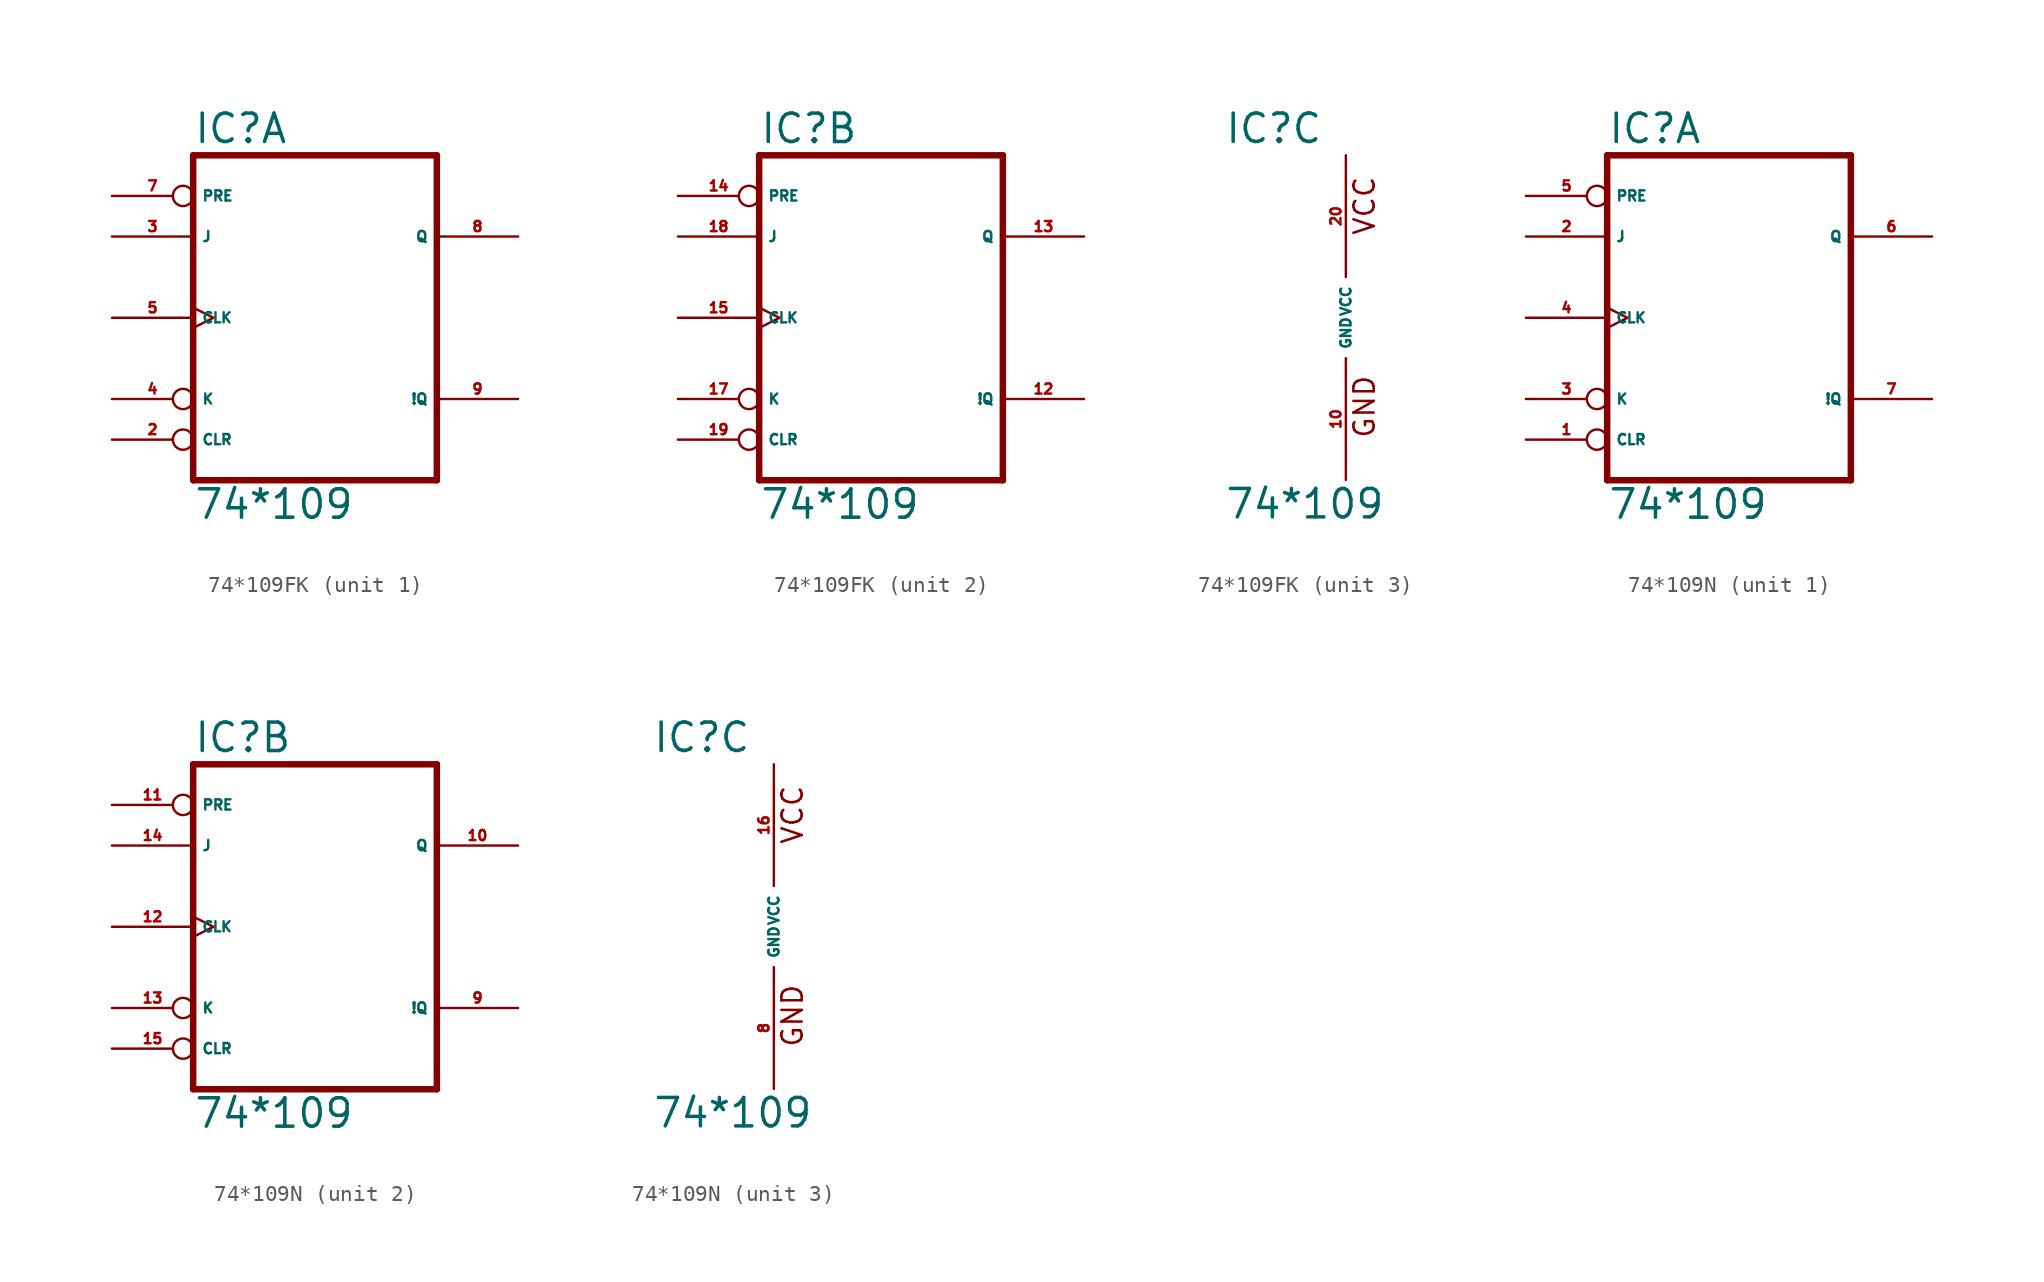
<source format=kicad_sym>
(kicad_symbol_lib
  (version 20220914)
  (generator Eagle2Kicad)
  (symbol "74*109FK"
    (property "Reference" "IC"
      (at -7.62 10.795 0)
      (effects (font (size 1.778 1.778) (thickness 0.22)) (justify left bottom)))
    (property "Value" "74*109"
      (at -7.62 -12.7 0)
      (effects (font (size 1.778 1.778) (thickness 0.22)) (justify left bottom)))
    (symbol "74*109FK_1_0"
      (polyline (pts (xy -7.62 -10.16) (xy 7.62 -10.16)) (stroke (width 0.406) (type default)) (fill (type none)))
      (polyline (pts (xy 7.62 -10.16) (xy 7.62 10.16)) (stroke (width 0.406) (type default)) (fill (type none)))
      (polyline (pts (xy 7.62 10.16) (xy -7.62 10.16)) (stroke (width 0.406) (type default)) (fill (type none)))
      (polyline (pts (xy -7.62 10.16) (xy -7.62 -10.16)) (stroke (width 0.406) (type default)) (fill (type none)))
      (pin input inverted (at -12.7 -7.62 0) (length 5.08) (name "CLR" (effects (font (size 0.635 0.635) (thickness 0.08)) (justify left bottom))) (number "2" (effects (font (size 0.635 0.635) (thickness 0.08)) (justify left bottom))))
      (pin input line (at -12.7 5.08 0) (length 5.08) (name "J" (effects (font (size 0.635 0.635) (thickness 0.08)) (justify left bottom))) (number "3" (effects (font (size 0.635 0.635) (thickness 0.08)) (justify left bottom))))
      (pin input inverted (at -12.7 -5.08 0) (length 5.08) (name "K" (effects (font (size 0.635 0.635) (thickness 0.08)) (justify left bottom))) (number "4" (effects (font (size 0.635 0.635) (thickness 0.08)) (justify left bottom))))
      (pin input clock (at -12.7 0 0) (length 5.08) (name "CLK" (effects (font (size 0.635 0.635) (thickness 0.08)) (justify left bottom))) (number "5" (effects (font (size 0.635 0.635) (thickness 0.08)) (justify left bottom))))
      (pin input inverted (at -12.7 7.62 0) (length 5.08) (name "PRE" (effects (font (size 0.635 0.635) (thickness 0.08)) (justify left bottom))) (number "7" (effects (font (size 0.635 0.635) (thickness 0.08)) (justify left bottom))))
      (pin output line (at 12.7 5.08 180) (length 5.08) (name "Q" (effects (font (size 0.635 0.635) (thickness 0.08)) (justify left bottom))) (number "8" (effects (font (size 0.635 0.635) (thickness 0.08)) (justify left bottom))))
      (pin output line (at 12.7 -5.08 180) (length 5.08) (name "!Q" (effects (font (size 0.635 0.635) (thickness 0.08)) (justify left bottom))) (number "9" (effects (font (size 0.635 0.635) (thickness 0.08)) (justify left bottom)))))
    (symbol "74*109FK_2_0"
      (polyline (pts (xy -7.62 -10.16) (xy 7.62 -10.16)) (stroke (width 0.406) (type default)) (fill (type none)))
      (polyline (pts (xy 7.62 -10.16) (xy 7.62 10.16)) (stroke (width 0.406) (type default)) (fill (type none)))
      (polyline (pts (xy 7.62 10.16) (xy -7.62 10.16)) (stroke (width 0.406) (type default)) (fill (type none)))
      (polyline (pts (xy -7.62 10.16) (xy -7.62 -10.16)) (stroke (width 0.406) (type default)) (fill (type none)))
      (pin input inverted (at -12.7 -7.62 0) (length 5.08) (name "CLR" (effects (font (size 0.635 0.635) (thickness 0.08)) (justify left bottom))) (number "19" (effects (font (size 0.635 0.635) (thickness 0.08)) (justify left bottom))))
      (pin input line (at -12.7 5.08 0) (length 5.08) (name "J" (effects (font (size 0.635 0.635) (thickness 0.08)) (justify left bottom))) (number "18" (effects (font (size 0.635 0.635) (thickness 0.08)) (justify left bottom))))
      (pin input inverted (at -12.7 -5.08 0) (length 5.08) (name "K" (effects (font (size 0.635 0.635) (thickness 0.08)) (justify left bottom))) (number "17" (effects (font (size 0.635 0.635) (thickness 0.08)) (justify left bottom))))
      (pin input clock (at -12.7 0 0) (length 5.08) (name "CLK" (effects (font (size 0.635 0.635) (thickness 0.08)) (justify left bottom))) (number "15" (effects (font (size 0.635 0.635) (thickness 0.08)) (justify left bottom))))
      (pin input inverted (at -12.7 7.62 0) (length 5.08) (name "PRE" (effects (font (size 0.635 0.635) (thickness 0.08)) (justify left bottom))) (number "14" (effects (font (size 0.635 0.635) (thickness 0.08)) (justify left bottom))))
      (pin output line (at 12.7 5.08 180) (length 5.08) (name "Q" (effects (font (size 0.635 0.635) (thickness 0.08)) (justify left bottom))) (number "13" (effects (font (size 0.635 0.635) (thickness 0.08)) (justify left bottom))))
      (pin output line (at 12.7 -5.08 180) (length 5.08) (name "!Q" (effects (font (size 0.635 0.635) (thickness 0.08)) (justify left bottom))) (number "12" (effects (font (size 0.635 0.635) (thickness 0.08)) (justify left bottom)))))
    (symbol "74*109FK_3_0"
      (text "GND" (at 1.905 -7.62 900) (effects (font (size 1.27 1.27) (thickness 0.16)) (justify left bottom)))
      (text "VCC" (at 1.905 5.08 900) (effects (font (size 1.27 1.27) (thickness 0.16)) (justify left bottom)))
      (pin unspecified line (at 0 -10.16 90) (length 7.62) (name "GND" (effects (font (size 0.635 0.635) (thickness 0.08)) (justify left bottom))) (number "10" (effects (font (size 0.635 0.635) (thickness 0.08)) (justify left bottom))))
      (pin unspecified line (at 0 10.16 270) (length 7.62) (name "VCC" (effects (font (size 0.635 0.635) (thickness 0.08)) (justify left bottom))) (number "20" (effects (font (size 0.635 0.635) (thickness 0.08)) (justify left bottom))))))
  (symbol "74*109N"
    (property "Reference" "IC"
      (at -7.62 10.795 0)
      (effects (font (size 1.778 1.778) (thickness 0.22)) (justify left bottom)))
    (property "Value" "74*109"
      (at -7.62 -12.7 0)
      (effects (font (size 1.778 1.778) (thickness 0.22)) (justify left bottom)))
    (symbol "74*109N_1_0"
      (polyline (pts (xy -7.62 -10.16) (xy 7.62 -10.16)) (stroke (width 0.406) (type default)) (fill (type none)))
      (polyline (pts (xy 7.62 -10.16) (xy 7.62 10.16)) (stroke (width 0.406) (type default)) (fill (type none)))
      (polyline (pts (xy 7.62 10.16) (xy -7.62 10.16)) (stroke (width 0.406) (type default)) (fill (type none)))
      (polyline (pts (xy -7.62 10.16) (xy -7.62 -10.16)) (stroke (width 0.406) (type default)) (fill (type none)))
      (pin input inverted (at -12.7 -7.62 0) (length 5.08) (name "CLR" (effects (font (size 0.635 0.635) (thickness 0.08)) (justify left bottom))) (number "1" (effects (font (size 0.635 0.635) (thickness 0.08)) (justify left bottom))))
      (pin input line (at -12.7 5.08 0) (length 5.08) (name "J" (effects (font (size 0.635 0.635) (thickness 0.08)) (justify left bottom))) (number "2" (effects (font (size 0.635 0.635) (thickness 0.08)) (justify left bottom))))
      (pin input inverted (at -12.7 -5.08 0) (length 5.08) (name "K" (effects (font (size 0.635 0.635) (thickness 0.08)) (justify left bottom))) (number "3" (effects (font (size 0.635 0.635) (thickness 0.08)) (justify left bottom))))
      (pin input clock (at -12.7 0 0) (length 5.08) (name "CLK" (effects (font (size 0.635 0.635) (thickness 0.08)) (justify left bottom))) (number "4" (effects (font (size 0.635 0.635) (thickness 0.08)) (justify left bottom))))
      (pin input inverted (at -12.7 7.62 0) (length 5.08) (name "PRE" (effects (font (size 0.635 0.635) (thickness 0.08)) (justify left bottom))) (number "5" (effects (font (size 0.635 0.635) (thickness 0.08)) (justify left bottom))))
      (pin output line (at 12.7 5.08 180) (length 5.08) (name "Q" (effects (font (size 0.635 0.635) (thickness 0.08)) (justify left bottom))) (number "6" (effects (font (size 0.635 0.635) (thickness 0.08)) (justify left bottom))))
      (pin output line (at 12.7 -5.08 180) (length 5.08) (name "!Q" (effects (font (size 0.635 0.635) (thickness 0.08)) (justify left bottom))) (number "7" (effects (font (size 0.635 0.635) (thickness 0.08)) (justify left bottom)))))
    (symbol "74*109N_2_0"
      (polyline (pts (xy -7.62 -10.16) (xy 7.62 -10.16)) (stroke (width 0.406) (type default)) (fill (type none)))
      (polyline (pts (xy 7.62 -10.16) (xy 7.62 10.16)) (stroke (width 0.406) (type default)) (fill (type none)))
      (polyline (pts (xy 7.62 10.16) (xy -7.62 10.16)) (stroke (width 0.406) (type default)) (fill (type none)))
      (polyline (pts (xy -7.62 10.16) (xy -7.62 -10.16)) (stroke (width 0.406) (type default)) (fill (type none)))
      (pin input inverted (at -12.7 -7.62 0) (length 5.08) (name "CLR" (effects (font (size 0.635 0.635) (thickness 0.08)) (justify left bottom))) (number "15" (effects (font (size 0.635 0.635) (thickness 0.08)) (justify left bottom))))
      (pin input line (at -12.7 5.08 0) (length 5.08) (name "J" (effects (font (size 0.635 0.635) (thickness 0.08)) (justify left bottom))) (number "14" (effects (font (size 0.635 0.635) (thickness 0.08)) (justify left bottom))))
      (pin input inverted (at -12.7 -5.08 0) (length 5.08) (name "K" (effects (font (size 0.635 0.635) (thickness 0.08)) (justify left bottom))) (number "13" (effects (font (size 0.635 0.635) (thickness 0.08)) (justify left bottom))))
      (pin input clock (at -12.7 0 0) (length 5.08) (name "CLK" (effects (font (size 0.635 0.635) (thickness 0.08)) (justify left bottom))) (number "12" (effects (font (size 0.635 0.635) (thickness 0.08)) (justify left bottom))))
      (pin input inverted (at -12.7 7.62 0) (length 5.08) (name "PRE" (effects (font (size 0.635 0.635) (thickness 0.08)) (justify left bottom))) (number "11" (effects (font (size 0.635 0.635) (thickness 0.08)) (justify left bottom))))
      (pin output line (at 12.7 5.08 180) (length 5.08) (name "Q" (effects (font (size 0.635 0.635) (thickness 0.08)) (justify left bottom))) (number "10" (effects (font (size 0.635 0.635) (thickness 0.08)) (justify left bottom))))
      (pin output line (at 12.7 -5.08 180) (length 5.08) (name "!Q" (effects (font (size 0.635 0.635) (thickness 0.08)) (justify left bottom))) (number "9" (effects (font (size 0.635 0.635) (thickness 0.08)) (justify left bottom)))))
    (symbol "74*109N_3_0"
      (text "GND" (at 1.905 -7.62 900) (effects (font (size 1.27 1.27) (thickness 0.16)) (justify left bottom)))
      (text "VCC" (at 1.905 5.08 900) (effects (font (size 1.27 1.27) (thickness 0.16)) (justify left bottom)))
      (pin unspecified line (at 0 -10.16 90) (length 7.62) (name "GND" (effects (font (size 0.635 0.635) (thickness 0.08)) (justify left bottom))) (number "8" (effects (font (size 0.635 0.635) (thickness 0.08)) (justify left bottom))))
      (pin unspecified line (at 0 10.16 270) (length 7.62) (name "VCC" (effects (font (size 0.635 0.635) (thickness 0.08)) (justify left bottom))) (number "16" (effects (font (size 0.635 0.635) (thickness 0.08)) (justify left bottom)))))))
</source>
